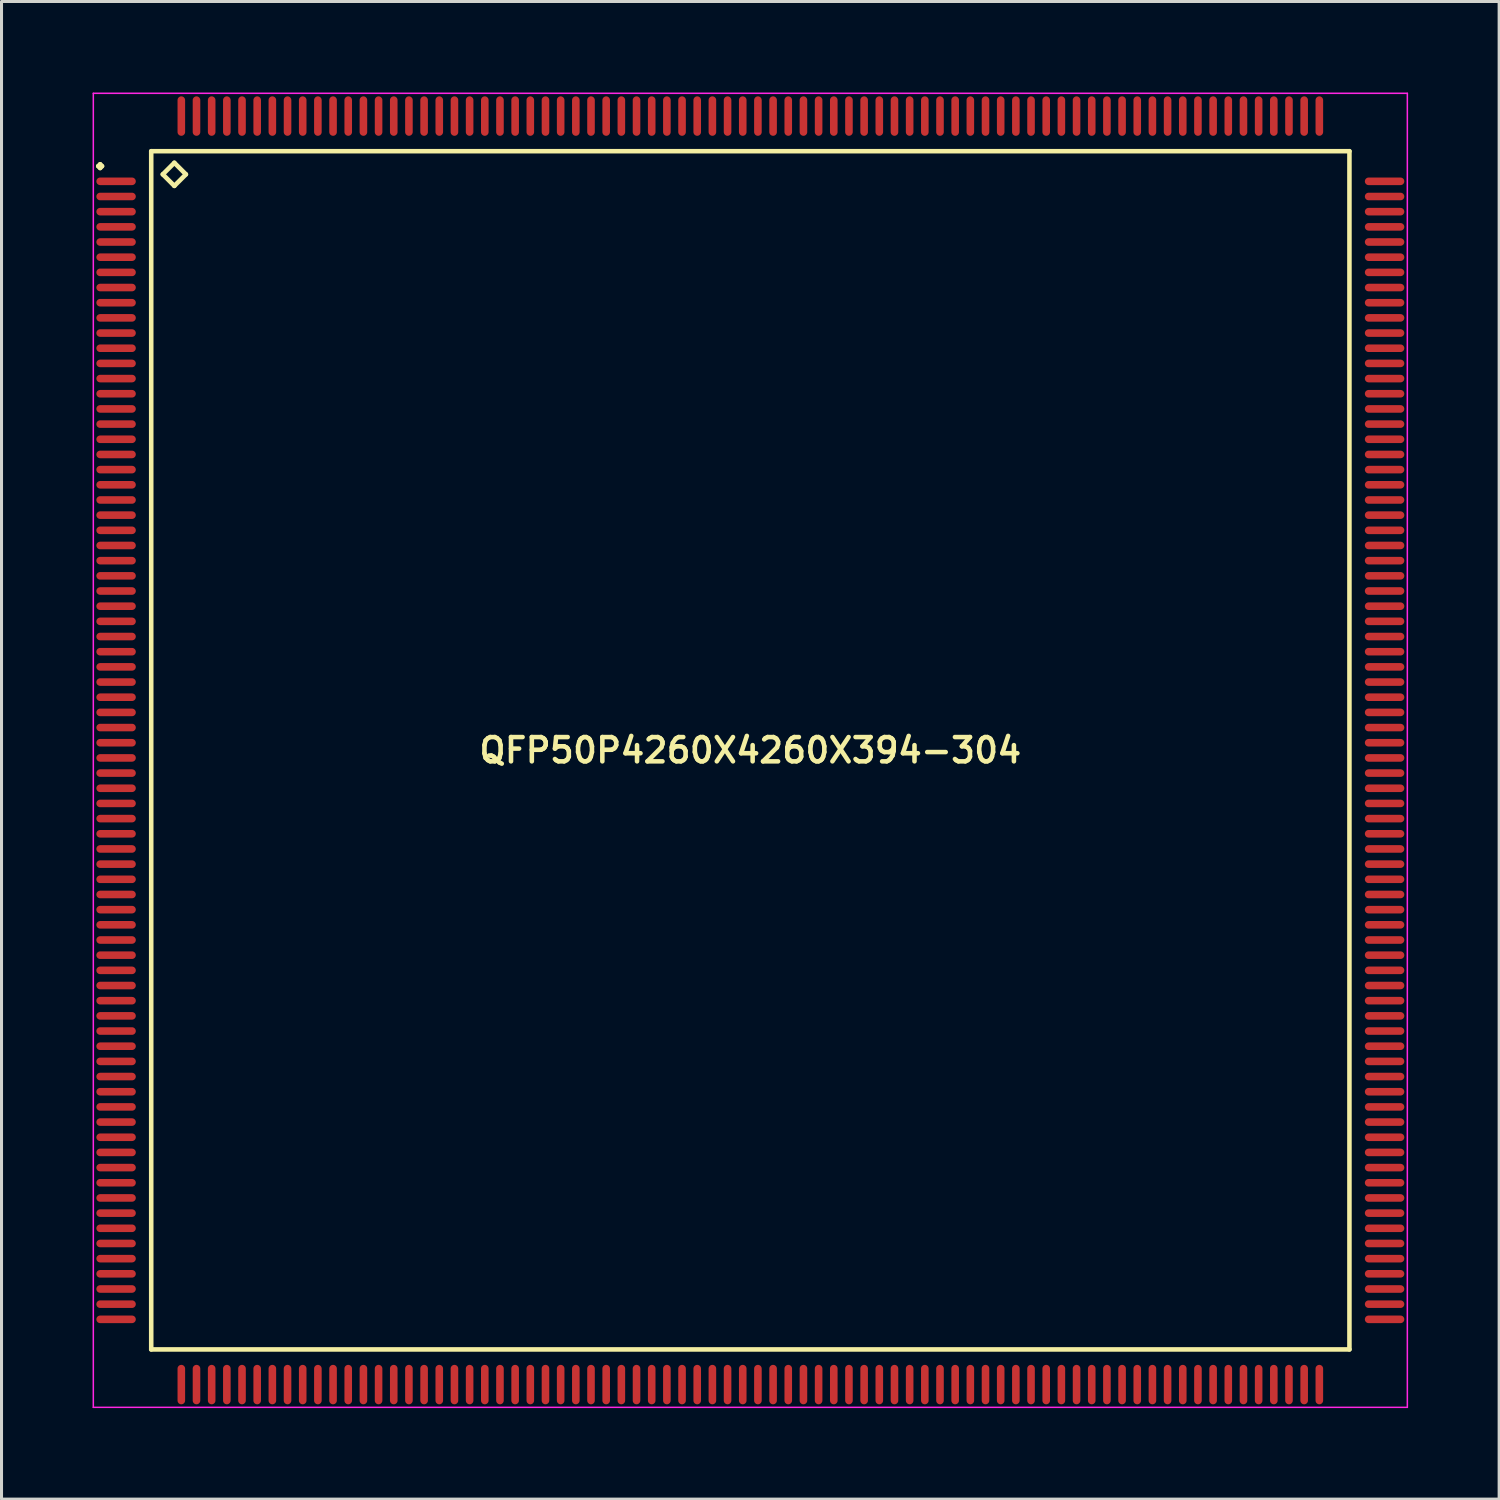
<source format=kicad_pcb>
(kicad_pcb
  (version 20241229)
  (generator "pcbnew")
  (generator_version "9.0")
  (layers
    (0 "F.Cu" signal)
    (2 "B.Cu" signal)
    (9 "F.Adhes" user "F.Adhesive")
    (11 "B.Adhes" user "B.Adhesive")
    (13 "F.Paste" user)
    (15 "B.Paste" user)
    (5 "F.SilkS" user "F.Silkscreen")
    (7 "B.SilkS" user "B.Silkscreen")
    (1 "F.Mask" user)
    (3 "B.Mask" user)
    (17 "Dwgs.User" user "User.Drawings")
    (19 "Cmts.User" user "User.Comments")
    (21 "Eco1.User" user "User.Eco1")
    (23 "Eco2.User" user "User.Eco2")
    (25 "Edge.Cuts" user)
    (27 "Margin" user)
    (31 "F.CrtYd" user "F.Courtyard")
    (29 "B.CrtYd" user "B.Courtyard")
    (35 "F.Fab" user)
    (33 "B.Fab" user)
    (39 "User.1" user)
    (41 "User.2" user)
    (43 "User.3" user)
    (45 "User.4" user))
  (footprint "QFP50P4260X4260X394-304"
    (layer "F.Cu")
    (at 21.675 21.675)
    (property "Reference" "QFP50P4260X4260X394-304" (at 0 0 0) (layer "F.SilkS") (effects (font (size 0.8 0.8) (thickness 0.15))))
    (attr smd)
    (fp_line (start -21.488 -19.25) (end -21.425 -19.312) (stroke (width 0.15) (type solid)) (layer "F.SilkS"))
    (fp_line (start -21.425 -19.312) (end -21.363 -19.25) (stroke (width 0.15) (type solid)) (layer "F.SilkS"))
    (fp_line (start -21.425 -19.188) (end -21.488 -19.25) (stroke (width 0.15) (type solid)) (layer "F.SilkS"))
    (fp_line (start -21.363 -19.25) (end -21.425 -19.188) (stroke (width 0.15) (type solid)) (layer "F.SilkS"))
    (fp_line (start -19.742 -19.742) (end -19.742 19.742) (stroke (width 0.15) (type solid)) (layer "F.SilkS"))
    (fp_line (start -19.742 19.742) (end 19.742 19.742) (stroke (width 0.15) (type solid)) (layer "F.SilkS"))
    (fp_line (start -19.361 -18.98) (end -18.98 -19.361) (stroke (width 0.15) (type solid)) (layer "F.SilkS"))
    (fp_line (start -18.98 -19.361) (end -18.599 -18.98) (stroke (width 0.15) (type solid)) (layer "F.SilkS"))
    (fp_line (start -18.98 -18.599) (end -19.361 -18.98) (stroke (width 0.15) (type solid)) (layer "F.SilkS"))
    (fp_line (start -18.599 -18.98) (end -18.98 -18.599) (stroke (width 0.15) (type solid)) (layer "F.SilkS"))
    (fp_line (start 19.742 -19.742) (end -19.742 -19.742) (stroke (width 0.15) (type solid)) (layer "F.SilkS"))
    (fp_line (start 19.742 19.742) (end 19.742 -19.742) (stroke (width 0.15) (type solid)) (layer "F.SilkS"))
    (fp_line (start -21.65 -21.65) (end 21.65 -21.65) (stroke (width 0.05) (type solid)) (layer "F.CrtYd"))
    (fp_line (start -21.65 21.65) (end -21.65 -21.65) (stroke (width 0.05) (type solid)) (layer "F.CrtYd"))
    (fp_line (start 21.65 -21.65) (end 21.65 21.65) (stroke (width 0.05) (type solid)) (layer "F.CrtYd"))
    (fp_line (start 21.65 21.65) (end -21.65 21.65) (stroke (width 0.05) (type solid)) (layer "F.CrtYd"))
    (pad "1" smd oval (at -20.9 -18.75) (size 1.3 0.25) (layers "F.Cu" "F.Mask" "F.Paste"))
    (pad "2" smd oval (at -20.9 -18.25) (size 1.3 0.25) (layers "F.Cu" "F.Mask" "F.Paste"))
    (pad "3" smd oval (at -20.9 -17.75) (size 1.3 0.25) (layers "F.Cu" "F.Mask" "F.Paste"))
    (pad "4" smd oval (at -20.9 -17.25) (size 1.3 0.25) (layers "F.Cu" "F.Mask" "F.Paste"))
    (pad "5" smd oval (at -20.9 -16.75) (size 1.3 0.25) (layers "F.Cu" "F.Mask" "F.Paste"))
    (pad "6" smd oval (at -20.9 -16.25) (size 1.3 0.25) (layers "F.Cu" "F.Mask" "F.Paste"))
    (pad "7" smd oval (at -20.9 -15.75) (size 1.3 0.25) (layers "F.Cu" "F.Mask" "F.Paste"))
    (pad "8" smd oval (at -20.9 -15.25) (size 1.3 0.25) (layers "F.Cu" "F.Mask" "F.Paste"))
    (pad "9" smd oval (at -20.9 -14.75) (size 1.3 0.25) (layers "F.Cu" "F.Mask" "F.Paste"))
    (pad "10" smd oval (at -20.9 -14.25) (size 1.3 0.25) (layers "F.Cu" "F.Mask" "F.Paste"))
    (pad "11" smd oval (at -20.9 -13.75) (size 1.3 0.25) (layers "F.Cu" "F.Mask" "F.Paste"))
    (pad "12" smd oval (at -20.9 -13.25) (size 1.3 0.25) (layers "F.Cu" "F.Mask" "F.Paste"))
    (pad "13" smd oval (at -20.9 -12.75) (size 1.3 0.25) (layers "F.Cu" "F.Mask" "F.Paste"))
    (pad "14" smd oval (at -20.9 -12.25) (size 1.3 0.25) (layers "F.Cu" "F.Mask" "F.Paste"))
    (pad "15" smd oval (at -20.9 -11.75) (size 1.3 0.25) (layers "F.Cu" "F.Mask" "F.Paste"))
    (pad "16" smd oval (at -20.9 -11.25) (size 1.3 0.25) (layers "F.Cu" "F.Mask" "F.Paste"))
    (pad "17" smd oval (at -20.9 -10.75) (size 1.3 0.25) (layers "F.Cu" "F.Mask" "F.Paste"))
    (pad "18" smd oval (at -20.9 -10.25) (size 1.3 0.25) (layers "F.Cu" "F.Mask" "F.Paste"))
    (pad "19" smd oval (at -20.9 -9.75) (size 1.3 0.25) (layers "F.Cu" "F.Mask" "F.Paste"))
    (pad "20" smd oval (at -20.9 -9.25) (size 1.3 0.25) (layers "F.Cu" "F.Mask" "F.Paste"))
    (pad "21" smd oval (at -20.9 -8.75) (size 1.3 0.25) (layers "F.Cu" "F.Mask" "F.Paste"))
    (pad "22" smd oval (at -20.9 -8.25) (size 1.3 0.25) (layers "F.Cu" "F.Mask" "F.Paste"))
    (pad "23" smd oval (at -20.9 -7.75) (size 1.3 0.25) (layers "F.Cu" "F.Mask" "F.Paste"))
    (pad "24" smd oval (at -20.9 -7.25) (size 1.3 0.25) (layers "F.Cu" "F.Mask" "F.Paste"))
    (pad "25" smd oval (at -20.9 -6.75) (size 1.3 0.25) (layers "F.Cu" "F.Mask" "F.Paste"))
    (pad "26" smd oval (at -20.9 -6.25) (size 1.3 0.25) (layers "F.Cu" "F.Mask" "F.Paste"))
    (pad "27" smd oval (at -20.9 -5.75) (size 1.3 0.25) (layers "F.Cu" "F.Mask" "F.Paste"))
    (pad "28" smd oval (at -20.9 -5.25) (size 1.3 0.25) (layers "F.Cu" "F.Mask" "F.Paste"))
    (pad "29" smd oval (at -20.9 -4.75) (size 1.3 0.25) (layers "F.Cu" "F.Mask" "F.Paste"))
    (pad "30" smd oval (at -20.9 -4.25) (size 1.3 0.25) (layers "F.Cu" "F.Mask" "F.Paste"))
    (pad "31" smd oval (at -20.9 -3.75) (size 1.3 0.25) (layers "F.Cu" "F.Mask" "F.Paste"))
    (pad "32" smd oval (at -20.9 -3.25) (size 1.3 0.25) (layers "F.Cu" "F.Mask" "F.Paste"))
    (pad "33" smd oval (at -20.9 -2.75) (size 1.3 0.25) (layers "F.Cu" "F.Mask" "F.Paste"))
    (pad "34" smd oval (at -20.9 -2.25) (size 1.3 0.25) (layers "F.Cu" "F.Mask" "F.Paste"))
    (pad "35" smd oval (at -20.9 -1.75) (size 1.3 0.25) (layers "F.Cu" "F.Mask" "F.Paste"))
    (pad "36" smd oval (at -20.9 -1.25) (size 1.3 0.25) (layers "F.Cu" "F.Mask" "F.Paste"))
    (pad "37" smd oval (at -20.9 -0.75) (size 1.3 0.25) (layers "F.Cu" "F.Mask" "F.Paste"))
    (pad "38" smd oval (at -20.9 -0.25) (size 1.3 0.25) (layers "F.Cu" "F.Mask" "F.Paste"))
    (pad "39" smd oval (at -20.9 0.25) (size 1.3 0.25) (layers "F.Cu" "F.Mask" "F.Paste"))
    (pad "40" smd oval (at -20.9 0.75) (size 1.3 0.25) (layers "F.Cu" "F.Mask" "F.Paste"))
    (pad "41" smd oval (at -20.9 1.25) (size 1.3 0.25) (layers "F.Cu" "F.Mask" "F.Paste"))
    (pad "42" smd oval (at -20.9 1.75) (size 1.3 0.25) (layers "F.Cu" "F.Mask" "F.Paste"))
    (pad "43" smd oval (at -20.9 2.25) (size 1.3 0.25) (layers "F.Cu" "F.Mask" "F.Paste"))
    (pad "44" smd oval (at -20.9 2.75) (size 1.3 0.25) (layers "F.Cu" "F.Mask" "F.Paste"))
    (pad "45" smd oval (at -20.9 3.25) (size 1.3 0.25) (layers "F.Cu" "F.Mask" "F.Paste"))
    (pad "46" smd oval (at -20.9 3.75) (size 1.3 0.25) (layers "F.Cu" "F.Mask" "F.Paste"))
    (pad "47" smd oval (at -20.9 4.25) (size 1.3 0.25) (layers "F.Cu" "F.Mask" "F.Paste"))
    (pad "48" smd oval (at -20.9 4.75) (size 1.3 0.25) (layers "F.Cu" "F.Mask" "F.Paste"))
    (pad "49" smd oval (at -20.9 5.25) (size 1.3 0.25) (layers "F.Cu" "F.Mask" "F.Paste"))
    (pad "50" smd oval (at -20.9 5.75) (size 1.3 0.25) (layers "F.Cu" "F.Mask" "F.Paste"))
    (pad "51" smd oval (at -20.9 6.25) (size 1.3 0.25) (layers "F.Cu" "F.Mask" "F.Paste"))
    (pad "52" smd oval (at -20.9 6.75) (size 1.3 0.25) (layers "F.Cu" "F.Mask" "F.Paste"))
    (pad "53" smd oval (at -20.9 7.25) (size 1.3 0.25) (layers "F.Cu" "F.Mask" "F.Paste"))
    (pad "54" smd oval (at -20.9 7.75) (size 1.3 0.25) (layers "F.Cu" "F.Mask" "F.Paste"))
    (pad "55" smd oval (at -20.9 8.25) (size 1.3 0.25) (layers "F.Cu" "F.Mask" "F.Paste"))
    (pad "56" smd oval (at -20.9 8.75) (size 1.3 0.25) (layers "F.Cu" "F.Mask" "F.Paste"))
    (pad "57" smd oval (at -20.9 9.25) (size 1.3 0.25) (layers "F.Cu" "F.Mask" "F.Paste"))
    (pad "58" smd oval (at -20.9 9.75) (size 1.3 0.25) (layers "F.Cu" "F.Mask" "F.Paste"))
    (pad "59" smd oval (at -20.9 10.25) (size 1.3 0.25) (layers "F.Cu" "F.Mask" "F.Paste"))
    (pad "60" smd oval (at -20.9 10.75) (size 1.3 0.25) (layers "F.Cu" "F.Mask" "F.Paste"))
    (pad "61" smd oval (at -20.9 11.25) (size 1.3 0.25) (layers "F.Cu" "F.Mask" "F.Paste"))
    (pad "62" smd oval (at -20.9 11.75) (size 1.3 0.25) (layers "F.Cu" "F.Mask" "F.Paste"))
    (pad "63" smd oval (at -20.9 12.25) (size 1.3 0.25) (layers "F.Cu" "F.Mask" "F.Paste"))
    (pad "64" smd oval (at -20.9 12.75) (size 1.3 0.25) (layers "F.Cu" "F.Mask" "F.Paste"))
    (pad "65" smd oval (at -20.9 13.25) (size 1.3 0.25) (layers "F.Cu" "F.Mask" "F.Paste"))
    (pad "66" smd oval (at -20.9 13.75) (size 1.3 0.25) (layers "F.Cu" "F.Mask" "F.Paste"))
    (pad "67" smd oval (at -20.9 14.25) (size 1.3 0.25) (layers "F.Cu" "F.Mask" "F.Paste"))
    (pad "68" smd oval (at -20.9 14.75) (size 1.3 0.25) (layers "F.Cu" "F.Mask" "F.Paste"))
    (pad "69" smd oval (at -20.9 15.25) (size 1.3 0.25) (layers "F.Cu" "F.Mask" "F.Paste"))
    (pad "70" smd oval (at -20.9 15.75) (size 1.3 0.25) (layers "F.Cu" "F.Mask" "F.Paste"))
    (pad "71" smd oval (at -20.9 16.25) (size 1.3 0.25) (layers "F.Cu" "F.Mask" "F.Paste"))
    (pad "72" smd oval (at -20.9 16.75) (size 1.3 0.25) (layers "F.Cu" "F.Mask" "F.Paste"))
    (pad "73" smd oval (at -20.9 17.25) (size 1.3 0.25) (layers "F.Cu" "F.Mask" "F.Paste"))
    (pad "74" smd oval (at -20.9 17.75) (size 1.3 0.25) (layers "F.Cu" "F.Mask" "F.Paste"))
    (pad "75" smd oval (at -20.9 18.25) (size 1.3 0.25) (layers "F.Cu" "F.Mask" "F.Paste"))
    (pad "76" smd oval (at -20.9 18.75) (size 1.3 0.25) (layers "F.Cu" "F.Mask" "F.Paste"))
    (pad "77" smd oval (at -18.75 20.9) (size 0.25 1.3) (layers "F.Cu" "F.Mask" "F.Paste"))
    (pad "78" smd oval (at -18.25 20.9) (size 0.25 1.3) (layers "F.Cu" "F.Mask" "F.Paste"))
    (pad "79" smd oval (at -17.75 20.9) (size 0.25 1.3) (layers "F.Cu" "F.Mask" "F.Paste"))
    (pad "80" smd oval (at -17.25 20.9) (size 0.25 1.3) (layers "F.Cu" "F.Mask" "F.Paste"))
    (pad "81" smd oval (at -16.75 20.9) (size 0.25 1.3) (layers "F.Cu" "F.Mask" "F.Paste"))
    (pad "82" smd oval (at -16.25 20.9) (size 0.25 1.3) (layers "F.Cu" "F.Mask" "F.Paste"))
    (pad "83" smd oval (at -15.75 20.9) (size 0.25 1.3) (layers "F.Cu" "F.Mask" "F.Paste"))
    (pad "84" smd oval (at -15.25 20.9) (size 0.25 1.3) (layers "F.Cu" "F.Mask" "F.Paste"))
    (pad "85" smd oval (at -14.75 20.9) (size 0.25 1.3) (layers "F.Cu" "F.Mask" "F.Paste"))
    (pad "86" smd oval (at -14.25 20.9) (size 0.25 1.3) (layers "F.Cu" "F.Mask" "F.Paste"))
    (pad "87" smd oval (at -13.75 20.9) (size 0.25 1.3) (layers "F.Cu" "F.Mask" "F.Paste"))
    (pad "88" smd oval (at -13.25 20.9) (size 0.25 1.3) (layers "F.Cu" "F.Mask" "F.Paste"))
    (pad "89" smd oval (at -12.75 20.9) (size 0.25 1.3) (layers "F.Cu" "F.Mask" "F.Paste"))
    (pad "90" smd oval (at -12.25 20.9) (size 0.25 1.3) (layers "F.Cu" "F.Mask" "F.Paste"))
    (pad "91" smd oval (at -11.75 20.9) (size 0.25 1.3) (layers "F.Cu" "F.Mask" "F.Paste"))
    (pad "92" smd oval (at -11.25 20.9) (size 0.25 1.3) (layers "F.Cu" "F.Mask" "F.Paste"))
    (pad "93" smd oval (at -10.75 20.9) (size 0.25 1.3) (layers "F.Cu" "F.Mask" "F.Paste"))
    (pad "94" smd oval (at -10.25 20.9) (size 0.25 1.3) (layers "F.Cu" "F.Mask" "F.Paste"))
    (pad "95" smd oval (at -9.75 20.9) (size 0.25 1.3) (layers "F.Cu" "F.Mask" "F.Paste"))
    (pad "96" smd oval (at -9.25 20.9) (size 0.25 1.3) (layers "F.Cu" "F.Mask" "F.Paste"))
    (pad "97" smd oval (at -8.75 20.9) (size 0.25 1.3) (layers "F.Cu" "F.Mask" "F.Paste"))
    (pad "98" smd oval (at -8.25 20.9) (size 0.25 1.3) (layers "F.Cu" "F.Mask" "F.Paste"))
    (pad "99" smd oval (at -7.75 20.9) (size 0.25 1.3) (layers "F.Cu" "F.Mask" "F.Paste"))
    (pad "100" smd oval (at -7.25 20.9) (size 0.25 1.3) (layers "F.Cu" "F.Mask" "F.Paste"))
    (pad "101" smd oval (at -6.75 20.9) (size 0.25 1.3) (layers "F.Cu" "F.Mask" "F.Paste"))
    (pad "102" smd oval (at -6.25 20.9) (size 0.25 1.3) (layers "F.Cu" "F.Mask" "F.Paste"))
    (pad "103" smd oval (at -5.75 20.9) (size 0.25 1.3) (layers "F.Cu" "F.Mask" "F.Paste"))
    (pad "104" smd oval (at -5.25 20.9) (size 0.25 1.3) (layers "F.Cu" "F.Mask" "F.Paste"))
    (pad "105" smd oval (at -4.75 20.9) (size 0.25 1.3) (layers "F.Cu" "F.Mask" "F.Paste"))
    (pad "106" smd oval (at -4.25 20.9) (size 0.25 1.3) (layers "F.Cu" "F.Mask" "F.Paste"))
    (pad "107" smd oval (at -3.75 20.9) (size 0.25 1.3) (layers "F.Cu" "F.Mask" "F.Paste"))
    (pad "108" smd oval (at -3.25 20.9) (size 0.25 1.3) (layers "F.Cu" "F.Mask" "F.Paste"))
    (pad "109" smd oval (at -2.75 20.9) (size 0.25 1.3) (layers "F.Cu" "F.Mask" "F.Paste"))
    (pad "110" smd oval (at -2.25 20.9) (size 0.25 1.3) (layers "F.Cu" "F.Mask" "F.Paste"))
    (pad "111" smd oval (at -1.75 20.9) (size 0.25 1.3) (layers "F.Cu" "F.Mask" "F.Paste"))
    (pad "112" smd oval (at -1.25 20.9) (size 0.25 1.3) (layers "F.Cu" "F.Mask" "F.Paste"))
    (pad "113" smd oval (at -0.75 20.9) (size 0.25 1.3) (layers "F.Cu" "F.Mask" "F.Paste"))
    (pad "114" smd oval (at -0.25 20.9) (size 0.25 1.3) (layers "F.Cu" "F.Mask" "F.Paste"))
    (pad "115" smd oval (at 0.25 20.9) (size 0.25 1.3) (layers "F.Cu" "F.Mask" "F.Paste"))
    (pad "116" smd oval (at 0.75 20.9) (size 0.25 1.3) (layers "F.Cu" "F.Mask" "F.Paste"))
    (pad "117" smd oval (at 1.25 20.9) (size 0.25 1.3) (layers "F.Cu" "F.Mask" "F.Paste"))
    (pad "118" smd oval (at 1.75 20.9) (size 0.25 1.3) (layers "F.Cu" "F.Mask" "F.Paste"))
    (pad "119" smd oval (at 2.25 20.9) (size 0.25 1.3) (layers "F.Cu" "F.Mask" "F.Paste"))
    (pad "120" smd oval (at 2.75 20.9) (size 0.25 1.3) (layers "F.Cu" "F.Mask" "F.Paste"))
    (pad "121" smd oval (at 3.25 20.9) (size 0.25 1.3) (layers "F.Cu" "F.Mask" "F.Paste"))
    (pad "122" smd oval (at 3.75 20.9) (size 0.25 1.3) (layers "F.Cu" "F.Mask" "F.Paste"))
    (pad "123" smd oval (at 4.25 20.9) (size 0.25 1.3) (layers "F.Cu" "F.Mask" "F.Paste"))
    (pad "124" smd oval (at 4.75 20.9) (size 0.25 1.3) (layers "F.Cu" "F.Mask" "F.Paste"))
    (pad "125" smd oval (at 5.25 20.9) (size 0.25 1.3) (layers "F.Cu" "F.Mask" "F.Paste"))
    (pad "126" smd oval (at 5.75 20.9) (size 0.25 1.3) (layers "F.Cu" "F.Mask" "F.Paste"))
    (pad "127" smd oval (at 6.25 20.9) (size 0.25 1.3) (layers "F.Cu" "F.Mask" "F.Paste"))
    (pad "128" smd oval (at 6.75 20.9) (size 0.25 1.3) (layers "F.Cu" "F.Mask" "F.Paste"))
    (pad "129" smd oval (at 7.25 20.9) (size 0.25 1.3) (layers "F.Cu" "F.Mask" "F.Paste"))
    (pad "130" smd oval (at 7.75 20.9) (size 0.25 1.3) (layers "F.Cu" "F.Mask" "F.Paste"))
    (pad "131" smd oval (at 8.25 20.9) (size 0.25 1.3) (layers "F.Cu" "F.Mask" "F.Paste"))
    (pad "132" smd oval (at 8.75 20.9) (size 0.25 1.3) (layers "F.Cu" "F.Mask" "F.Paste"))
    (pad "133" smd oval (at 9.25 20.9) (size 0.25 1.3) (layers "F.Cu" "F.Mask" "F.Paste"))
    (pad "134" smd oval (at 9.75 20.9) (size 0.25 1.3) (layers "F.Cu" "F.Mask" "F.Paste"))
    (pad "135" smd oval (at 10.25 20.9) (size 0.25 1.3) (layers "F.Cu" "F.Mask" "F.Paste"))
    (pad "136" smd oval (at 10.75 20.9) (size 0.25 1.3) (layers "F.Cu" "F.Mask" "F.Paste"))
    (pad "137" smd oval (at 11.25 20.9) (size 0.25 1.3) (layers "F.Cu" "F.Mask" "F.Paste"))
    (pad "138" smd oval (at 11.75 20.9) (size 0.25 1.3) (layers "F.Cu" "F.Mask" "F.Paste"))
    (pad "139" smd oval (at 12.25 20.9) (size 0.25 1.3) (layers "F.Cu" "F.Mask" "F.Paste"))
    (pad "140" smd oval (at 12.75 20.9) (size 0.25 1.3) (layers "F.Cu" "F.Mask" "F.Paste"))
    (pad "141" smd oval (at 13.25 20.9) (size 0.25 1.3) (layers "F.Cu" "F.Mask" "F.Paste"))
    (pad "142" smd oval (at 13.75 20.9) (size 0.25 1.3) (layers "F.Cu" "F.Mask" "F.Paste"))
    (pad "143" smd oval (at 14.25 20.9) (size 0.25 1.3) (layers "F.Cu" "F.Mask" "F.Paste"))
    (pad "144" smd oval (at 14.75 20.9) (size 0.25 1.3) (layers "F.Cu" "F.Mask" "F.Paste"))
    (pad "145" smd oval (at 15.25 20.9) (size 0.25 1.3) (layers "F.Cu" "F.Mask" "F.Paste"))
    (pad "146" smd oval (at 15.75 20.9) (size 0.25 1.3) (layers "F.Cu" "F.Mask" "F.Paste"))
    (pad "147" smd oval (at 16.25 20.9) (size 0.25 1.3) (layers "F.Cu" "F.Mask" "F.Paste"))
    (pad "148" smd oval (at 16.75 20.9) (size 0.25 1.3) (layers "F.Cu" "F.Mask" "F.Paste"))
    (pad "149" smd oval (at 17.25 20.9) (size 0.25 1.3) (layers "F.Cu" "F.Mask" "F.Paste"))
    (pad "150" smd oval (at 17.75 20.9) (size 0.25 1.3) (layers "F.Cu" "F.Mask" "F.Paste"))
    (pad "151" smd oval (at 18.25 20.9) (size 0.25 1.3) (layers "F.Cu" "F.Mask" "F.Paste"))
    (pad "152" smd oval (at 18.75 20.9) (size 0.25 1.3) (layers "F.Cu" "F.Mask" "F.Paste"))
    (pad "153" smd oval (at 20.9 18.75) (size 1.3 0.25) (layers "F.Cu" "F.Mask" "F.Paste"))
    (pad "154" smd oval (at 20.9 18.25) (size 1.3 0.25) (layers "F.Cu" "F.Mask" "F.Paste"))
    (pad "155" smd oval (at 20.9 17.75) (size 1.3 0.25) (layers "F.Cu" "F.Mask" "F.Paste"))
    (pad "156" smd oval (at 20.9 17.25) (size 1.3 0.25) (layers "F.Cu" "F.Mask" "F.Paste"))
    (pad "157" smd oval (at 20.9 16.75) (size 1.3 0.25) (layers "F.Cu" "F.Mask" "F.Paste"))
    (pad "158" smd oval (at 20.9 16.25) (size 1.3 0.25) (layers "F.Cu" "F.Mask" "F.Paste"))
    (pad "159" smd oval (at 20.9 15.75) (size 1.3 0.25) (layers "F.Cu" "F.Mask" "F.Paste"))
    (pad "160" smd oval (at 20.9 15.25) (size 1.3 0.25) (layers "F.Cu" "F.Mask" "F.Paste"))
    (pad "161" smd oval (at 20.9 14.75) (size 1.3 0.25) (layers "F.Cu" "F.Mask" "F.Paste"))
    (pad "162" smd oval (at 20.9 14.25) (size 1.3 0.25) (layers "F.Cu" "F.Mask" "F.Paste"))
    (pad "163" smd oval (at 20.9 13.75) (size 1.3 0.25) (layers "F.Cu" "F.Mask" "F.Paste"))
    (pad "164" smd oval (at 20.9 13.25) (size 1.3 0.25) (layers "F.Cu" "F.Mask" "F.Paste"))
    (pad "165" smd oval (at 20.9 12.75) (size 1.3 0.25) (layers "F.Cu" "F.Mask" "F.Paste"))
    (pad "166" smd oval (at 20.9 12.25) (size 1.3 0.25) (layers "F.Cu" "F.Mask" "F.Paste"))
    (pad "167" smd oval (at 20.9 11.75) (size 1.3 0.25) (layers "F.Cu" "F.Mask" "F.Paste"))
    (pad "168" smd oval (at 20.9 11.25) (size 1.3 0.25) (layers "F.Cu" "F.Mask" "F.Paste"))
    (pad "169" smd oval (at 20.9 10.75) (size 1.3 0.25) (layers "F.Cu" "F.Mask" "F.Paste"))
    (pad "170" smd oval (at 20.9 10.25) (size 1.3 0.25) (layers "F.Cu" "F.Mask" "F.Paste"))
    (pad "171" smd oval (at 20.9 9.75) (size 1.3 0.25) (layers "F.Cu" "F.Mask" "F.Paste"))
    (pad "172" smd oval (at 20.9 9.25) (size 1.3 0.25) (layers "F.Cu" "F.Mask" "F.Paste"))
    (pad "173" smd oval (at 20.9 8.75) (size 1.3 0.25) (layers "F.Cu" "F.Mask" "F.Paste"))
    (pad "174" smd oval (at 20.9 8.25) (size 1.3 0.25) (layers "F.Cu" "F.Mask" "F.Paste"))
    (pad "175" smd oval (at 20.9 7.75) (size 1.3 0.25) (layers "F.Cu" "F.Mask" "F.Paste"))
    (pad "176" smd oval (at 20.9 7.25) (size 1.3 0.25) (layers "F.Cu" "F.Mask" "F.Paste"))
    (pad "177" smd oval (at 20.9 6.75) (size 1.3 0.25) (layers "F.Cu" "F.Mask" "F.Paste"))
    (pad "178" smd oval (at 20.9 6.25) (size 1.3 0.25) (layers "F.Cu" "F.Mask" "F.Paste"))
    (pad "179" smd oval (at 20.9 5.75) (size 1.3 0.25) (layers "F.Cu" "F.Mask" "F.Paste"))
    (pad "180" smd oval (at 20.9 5.25) (size 1.3 0.25) (layers "F.Cu" "F.Mask" "F.Paste"))
    (pad "181" smd oval (at 20.9 4.75) (size 1.3 0.25) (layers "F.Cu" "F.Mask" "F.Paste"))
    (pad "182" smd oval (at 20.9 4.25) (size 1.3 0.25) (layers "F.Cu" "F.Mask" "F.Paste"))
    (pad "183" smd oval (at 20.9 3.75) (size 1.3 0.25) (layers "F.Cu" "F.Mask" "F.Paste"))
    (pad "184" smd oval (at 20.9 3.25) (size 1.3 0.25) (layers "F.Cu" "F.Mask" "F.Paste"))
    (pad "185" smd oval (at 20.9 2.75) (size 1.3 0.25) (layers "F.Cu" "F.Mask" "F.Paste"))
    (pad "186" smd oval (at 20.9 2.25) (size 1.3 0.25) (layers "F.Cu" "F.Mask" "F.Paste"))
    (pad "187" smd oval (at 20.9 1.75) (size 1.3 0.25) (layers "F.Cu" "F.Mask" "F.Paste"))
    (pad "188" smd oval (at 20.9 1.25) (size 1.3 0.25) (layers "F.Cu" "F.Mask" "F.Paste"))
    (pad "189" smd oval (at 20.9 0.75) (size 1.3 0.25) (layers "F.Cu" "F.Mask" "F.Paste"))
    (pad "190" smd oval (at 20.9 0.25) (size 1.3 0.25) (layers "F.Cu" "F.Mask" "F.Paste"))
    (pad "191" smd oval (at 20.9 -0.25) (size 1.3 0.25) (layers "F.Cu" "F.Mask" "F.Paste"))
    (pad "192" smd oval (at 20.9 -0.75) (size 1.3 0.25) (layers "F.Cu" "F.Mask" "F.Paste"))
    (pad "193" smd oval (at 20.9 -1.25) (size 1.3 0.25) (layers "F.Cu" "F.Mask" "F.Paste"))
    (pad "194" smd oval (at 20.9 -1.75) (size 1.3 0.25) (layers "F.Cu" "F.Mask" "F.Paste"))
    (pad "195" smd oval (at 20.9 -2.25) (size 1.3 0.25) (layers "F.Cu" "F.Mask" "F.Paste"))
    (pad "196" smd oval (at 20.9 -2.75) (size 1.3 0.25) (layers "F.Cu" "F.Mask" "F.Paste"))
    (pad "197" smd oval (at 20.9 -3.25) (size 1.3 0.25) (layers "F.Cu" "F.Mask" "F.Paste"))
    (pad "198" smd oval (at 20.9 -3.75) (size 1.3 0.25) (layers "F.Cu" "F.Mask" "F.Paste"))
    (pad "199" smd oval (at 20.9 -4.25) (size 1.3 0.25) (layers "F.Cu" "F.Mask" "F.Paste"))
    (pad "200" smd oval (at 20.9 -4.75) (size 1.3 0.25) (layers "F.Cu" "F.Mask" "F.Paste"))
    (pad "201" smd oval (at 20.9 -5.25) (size 1.3 0.25) (layers "F.Cu" "F.Mask" "F.Paste"))
    (pad "202" smd oval (at 20.9 -5.75) (size 1.3 0.25) (layers "F.Cu" "F.Mask" "F.Paste"))
    (pad "203" smd oval (at 20.9 -6.25) (size 1.3 0.25) (layers "F.Cu" "F.Mask" "F.Paste"))
    (pad "204" smd oval (at 20.9 -6.75) (size 1.3 0.25) (layers "F.Cu" "F.Mask" "F.Paste"))
    (pad "205" smd oval (at 20.9 -7.25) (size 1.3 0.25) (layers "F.Cu" "F.Mask" "F.Paste"))
    (pad "206" smd oval (at 20.9 -7.75) (size 1.3 0.25) (layers "F.Cu" "F.Mask" "F.Paste"))
    (pad "207" smd oval (at 20.9 -8.25) (size 1.3 0.25) (layers "F.Cu" "F.Mask" "F.Paste"))
    (pad "208" smd oval (at 20.9 -8.75) (size 1.3 0.25) (layers "F.Cu" "F.Mask" "F.Paste"))
    (pad "209" smd oval (at 20.9 -9.25) (size 1.3 0.25) (layers "F.Cu" "F.Mask" "F.Paste"))
    (pad "210" smd oval (at 20.9 -9.75) (size 1.3 0.25) (layers "F.Cu" "F.Mask" "F.Paste"))
    (pad "211" smd oval (at 20.9 -10.25) (size 1.3 0.25) (layers "F.Cu" "F.Mask" "F.Paste"))
    (pad "212" smd oval (at 20.9 -10.75) (size 1.3 0.25) (layers "F.Cu" "F.Mask" "F.Paste"))
    (pad "213" smd oval (at 20.9 -11.25) (size 1.3 0.25) (layers "F.Cu" "F.Mask" "F.Paste"))
    (pad "214" smd oval (at 20.9 -11.75) (size 1.3 0.25) (layers "F.Cu" "F.Mask" "F.Paste"))
    (pad "215" smd oval (at 20.9 -12.25) (size 1.3 0.25) (layers "F.Cu" "F.Mask" "F.Paste"))
    (pad "216" smd oval (at 20.9 -12.75) (size 1.3 0.25) (layers "F.Cu" "F.Mask" "F.Paste"))
    (pad "217" smd oval (at 20.9 -13.25) (size 1.3 0.25) (layers "F.Cu" "F.Mask" "F.Paste"))
    (pad "218" smd oval (at 20.9 -13.75) (size 1.3 0.25) (layers "F.Cu" "F.Mask" "F.Paste"))
    (pad "219" smd oval (at 20.9 -14.25) (size 1.3 0.25) (layers "F.Cu" "F.Mask" "F.Paste"))
    (pad "220" smd oval (at 20.9 -14.75) (size 1.3 0.25) (layers "F.Cu" "F.Mask" "F.Paste"))
    (pad "221" smd oval (at 20.9 -15.25) (size 1.3 0.25) (layers "F.Cu" "F.Mask" "F.Paste"))
    (pad "222" smd oval (at 20.9 -15.75) (size 1.3 0.25) (layers "F.Cu" "F.Mask" "F.Paste"))
    (pad "223" smd oval (at 20.9 -16.25) (size 1.3 0.25) (layers "F.Cu" "F.Mask" "F.Paste"))
    (pad "224" smd oval (at 20.9 -16.75) (size 1.3 0.25) (layers "F.Cu" "F.Mask" "F.Paste"))
    (pad "225" smd oval (at 20.9 -17.25) (size 1.3 0.25) (layers "F.Cu" "F.Mask" "F.Paste"))
    (pad "226" smd oval (at 20.9 -17.75) (size 1.3 0.25) (layers "F.Cu" "F.Mask" "F.Paste"))
    (pad "227" smd oval (at 20.9 -18.25) (size 1.3 0.25) (layers "F.Cu" "F.Mask" "F.Paste"))
    (pad "228" smd oval (at 20.9 -18.75) (size 1.3 0.25) (layers "F.Cu" "F.Mask" "F.Paste"))
    (pad "229" smd oval (at 18.75 -20.9) (size 0.25 1.3) (layers "F.Cu" "F.Mask" "F.Paste"))
    (pad "230" smd oval (at 18.25 -20.9) (size 0.25 1.3) (layers "F.Cu" "F.Mask" "F.Paste"))
    (pad "231" smd oval (at 17.75 -20.9) (size 0.25 1.3) (layers "F.Cu" "F.Mask" "F.Paste"))
    (pad "232" smd oval (at 17.25 -20.9) (size 0.25 1.3) (layers "F.Cu" "F.Mask" "F.Paste"))
    (pad "233" smd oval (at 16.75 -20.9) (size 0.25 1.3) (layers "F.Cu" "F.Mask" "F.Paste"))
    (pad "234" smd oval (at 16.25 -20.9) (size 0.25 1.3) (layers "F.Cu" "F.Mask" "F.Paste"))
    (pad "235" smd oval (at 15.75 -20.9) (size 0.25 1.3) (layers "F.Cu" "F.Mask" "F.Paste"))
    (pad "236" smd oval (at 15.25 -20.9) (size 0.25 1.3) (layers "F.Cu" "F.Mask" "F.Paste"))
    (pad "237" smd oval (at 14.75 -20.9) (size 0.25 1.3) (layers "F.Cu" "F.Mask" "F.Paste"))
    (pad "238" smd oval (at 14.25 -20.9) (size 0.25 1.3) (layers "F.Cu" "F.Mask" "F.Paste"))
    (pad "239" smd oval (at 13.75 -20.9) (size 0.25 1.3) (layers "F.Cu" "F.Mask" "F.Paste"))
    (pad "240" smd oval (at 13.25 -20.9) (size 0.25 1.3) (layers "F.Cu" "F.Mask" "F.Paste"))
    (pad "241" smd oval (at 12.75 -20.9) (size 0.25 1.3) (layers "F.Cu" "F.Mask" "F.Paste"))
    (pad "242" smd oval (at 12.25 -20.9) (size 0.25 1.3) (layers "F.Cu" "F.Mask" "F.Paste"))
    (pad "243" smd oval (at 11.75 -20.9) (size 0.25 1.3) (layers "F.Cu" "F.Mask" "F.Paste"))
    (pad "244" smd oval (at 11.25 -20.9) (size 0.25 1.3) (layers "F.Cu" "F.Mask" "F.Paste"))
    (pad "245" smd oval (at 10.75 -20.9) (size 0.25 1.3) (layers "F.Cu" "F.Mask" "F.Paste"))
    (pad "246" smd oval (at 10.25 -20.9) (size 0.25 1.3) (layers "F.Cu" "F.Mask" "F.Paste"))
    (pad "247" smd oval (at 9.75 -20.9) (size 0.25 1.3) (layers "F.Cu" "F.Mask" "F.Paste"))
    (pad "248" smd oval (at 9.25 -20.9) (size 0.25 1.3) (layers "F.Cu" "F.Mask" "F.Paste"))
    (pad "249" smd oval (at 8.75 -20.9) (size 0.25 1.3) (layers "F.Cu" "F.Mask" "F.Paste"))
    (pad "250" smd oval (at 8.25 -20.9) (size 0.25 1.3) (layers "F.Cu" "F.Mask" "F.Paste"))
    (pad "251" smd oval (at 7.75 -20.9) (size 0.25 1.3) (layers "F.Cu" "F.Mask" "F.Paste"))
    (pad "252" smd oval (at 7.25 -20.9) (size 0.25 1.3) (layers "F.Cu" "F.Mask" "F.Paste"))
    (pad "253" smd oval (at 6.75 -20.9) (size 0.25 1.3) (layers "F.Cu" "F.Mask" "F.Paste"))
    (pad "254" smd oval (at 6.25 -20.9) (size 0.25 1.3) (layers "F.Cu" "F.Mask" "F.Paste"))
    (pad "255" smd oval (at 5.75 -20.9) (size 0.25 1.3) (layers "F.Cu" "F.Mask" "F.Paste"))
    (pad "256" smd oval (at 5.25 -20.9) (size 0.25 1.3) (layers "F.Cu" "F.Mask" "F.Paste"))
    (pad "257" smd oval (at 4.75 -20.9) (size 0.25 1.3) (layers "F.Cu" "F.Mask" "F.Paste"))
    (pad "258" smd oval (at 4.25 -20.9) (size 0.25 1.3) (layers "F.Cu" "F.Mask" "F.Paste"))
    (pad "259" smd oval (at 3.75 -20.9) (size 0.25 1.3) (layers "F.Cu" "F.Mask" "F.Paste"))
    (pad "260" smd oval (at 3.25 -20.9) (size 0.25 1.3) (layers "F.Cu" "F.Mask" "F.Paste"))
    (pad "261" smd oval (at 2.75 -20.9) (size 0.25 1.3) (layers "F.Cu" "F.Mask" "F.Paste"))
    (pad "262" smd oval (at 2.25 -20.9) (size 0.25 1.3) (layers "F.Cu" "F.Mask" "F.Paste"))
    (pad "263" smd oval (at 1.75 -20.9) (size 0.25 1.3) (layers "F.Cu" "F.Mask" "F.Paste"))
    (pad "264" smd oval (at 1.25 -20.9) (size 0.25 1.3) (layers "F.Cu" "F.Mask" "F.Paste"))
    (pad "265" smd oval (at 0.75 -20.9) (size 0.25 1.3) (layers "F.Cu" "F.Mask" "F.Paste"))
    (pad "266" smd oval (at 0.25 -20.9) (size 0.25 1.3) (layers "F.Cu" "F.Mask" "F.Paste"))
    (pad "267" smd oval (at -0.25 -20.9) (size 0.25 1.3) (layers "F.Cu" "F.Mask" "F.Paste"))
    (pad "268" smd oval (at -0.75 -20.9) (size 0.25 1.3) (layers "F.Cu" "F.Mask" "F.Paste"))
    (pad "269" smd oval (at -1.25 -20.9) (size 0.25 1.3) (layers "F.Cu" "F.Mask" "F.Paste"))
    (pad "270" smd oval (at -1.75 -20.9) (size 0.25 1.3) (layers "F.Cu" "F.Mask" "F.Paste"))
    (pad "271" smd oval (at -2.25 -20.9) (size 0.25 1.3) (layers "F.Cu" "F.Mask" "F.Paste"))
    (pad "272" smd oval (at -2.75 -20.9) (size 0.25 1.3) (layers "F.Cu" "F.Mask" "F.Paste"))
    (pad "273" smd oval (at -3.25 -20.9) (size 0.25 1.3) (layers "F.Cu" "F.Mask" "F.Paste"))
    (pad "274" smd oval (at -3.75 -20.9) (size 0.25 1.3) (layers "F.Cu" "F.Mask" "F.Paste"))
    (pad "275" smd oval (at -4.25 -20.9) (size 0.25 1.3) (layers "F.Cu" "F.Mask" "F.Paste"))
    (pad "276" smd oval (at -4.75 -20.9) (size 0.25 1.3) (layers "F.Cu" "F.Mask" "F.Paste"))
    (pad "277" smd oval (at -5.25 -20.9) (size 0.25 1.3) (layers "F.Cu" "F.Mask" "F.Paste"))
    (pad "278" smd oval (at -5.75 -20.9) (size 0.25 1.3) (layers "F.Cu" "F.Mask" "F.Paste"))
    (pad "279" smd oval (at -6.25 -20.9) (size 0.25 1.3) (layers "F.Cu" "F.Mask" "F.Paste"))
    (pad "280" smd oval (at -6.75 -20.9) (size 0.25 1.3) (layers "F.Cu" "F.Mask" "F.Paste"))
    (pad "281" smd oval (at -7.25 -20.9) (size 0.25 1.3) (layers "F.Cu" "F.Mask" "F.Paste"))
    (pad "282" smd oval (at -7.75 -20.9) (size 0.25 1.3) (layers "F.Cu" "F.Mask" "F.Paste"))
    (pad "283" smd oval (at -8.25 -20.9) (size 0.25 1.3) (layers "F.Cu" "F.Mask" "F.Paste"))
    (pad "284" smd oval (at -8.75 -20.9) (size 0.25 1.3) (layers "F.Cu" "F.Mask" "F.Paste"))
    (pad "285" smd oval (at -9.25 -20.9) (size 0.25 1.3) (layers "F.Cu" "F.Mask" "F.Paste"))
    (pad "286" smd oval (at -9.75 -20.9) (size 0.25 1.3) (layers "F.Cu" "F.Mask" "F.Paste"))
    (pad "287" smd oval (at -10.25 -20.9) (size 0.25 1.3) (layers "F.Cu" "F.Mask" "F.Paste"))
    (pad "288" smd oval (at -10.75 -20.9) (size 0.25 1.3) (layers "F.Cu" "F.Mask" "F.Paste"))
    (pad "289" smd oval (at -11.25 -20.9) (size 0.25 1.3) (layers "F.Cu" "F.Mask" "F.Paste"))
    (pad "290" smd oval (at -11.75 -20.9) (size 0.25 1.3) (layers "F.Cu" "F.Mask" "F.Paste"))
    (pad "291" smd oval (at -12.25 -20.9) (size 0.25 1.3) (layers "F.Cu" "F.Mask" "F.Paste"))
    (pad "292" smd oval (at -12.75 -20.9) (size 0.25 1.3) (layers "F.Cu" "F.Mask" "F.Paste"))
    (pad "293" smd oval (at -13.25 -20.9) (size 0.25 1.3) (layers "F.Cu" "F.Mask" "F.Paste"))
    (pad "294" smd oval (at -13.75 -20.9) (size 0.25 1.3) (layers "F.Cu" "F.Mask" "F.Paste"))
    (pad "295" smd oval (at -14.25 -20.9) (size 0.25 1.3) (layers "F.Cu" "F.Mask" "F.Paste"))
    (pad "296" smd oval (at -14.75 -20.9) (size 0.25 1.3) (layers "F.Cu" "F.Mask" "F.Paste"))
    (pad "297" smd oval (at -15.25 -20.9) (size 0.25 1.3) (layers "F.Cu" "F.Mask" "F.Paste"))
    (pad "298" smd oval (at -15.75 -20.9) (size 0.25 1.3) (layers "F.Cu" "F.Mask" "F.Paste"))
    (pad "299" smd oval (at -16.25 -20.9) (size 0.25 1.3) (layers "F.Cu" "F.Mask" "F.Paste"))
    (pad "300" smd oval (at -16.75 -20.9) (size 0.25 1.3) (layers "F.Cu" "F.Mask" "F.Paste"))
    (pad "301" smd oval (at -17.25 -20.9) (size 0.25 1.3) (layers "F.Cu" "F.Mask" "F.Paste"))
    (pad "302" smd oval (at -17.75 -20.9) (size 0.25 1.3) (layers "F.Cu" "F.Mask" "F.Paste"))
    (pad "303" smd oval (at -18.25 -20.9) (size 0.25 1.3) (layers "F.Cu" "F.Mask" "F.Paste"))
    (pad "304" smd oval (at -18.75 -20.9) (size 0.25 1.3) (layers "F.Cu" "F.Mask" "F.Paste")))
  (gr_rect
    (start -3 -3)
    (end 46.35 46.35)
    (stroke (width 0.1) (type default))
    (fill no)
    (layer "Edge.Cuts")))
</source>
